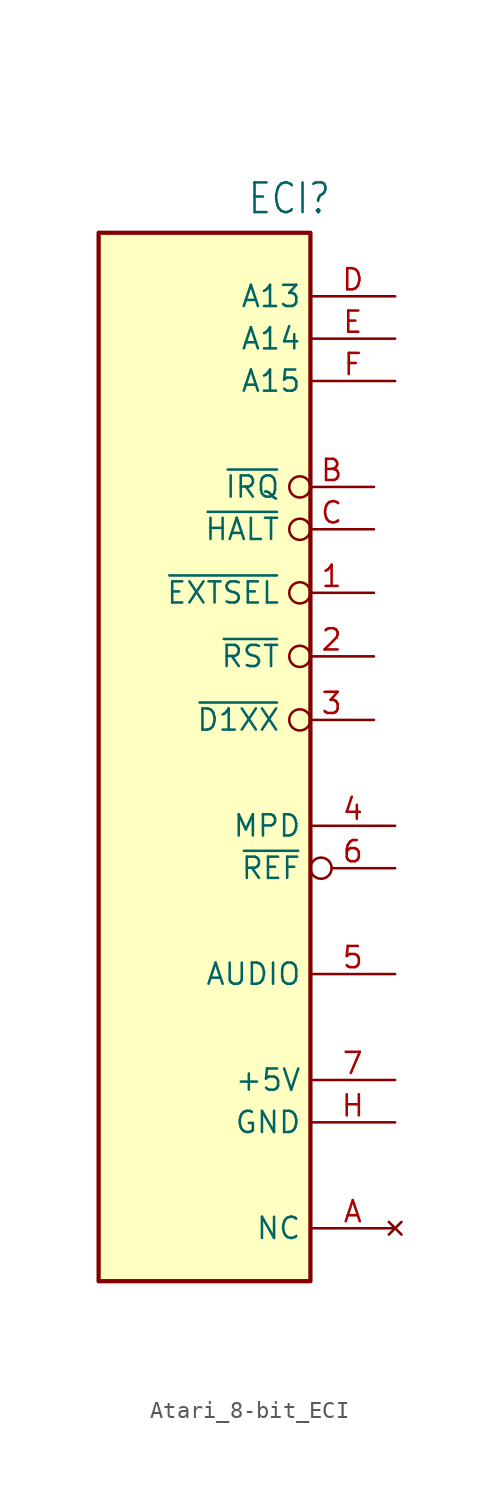
<source format=kicad_sym>
(kicad_symbol_lib
  (version 20231120)
  (generator "kicad_symbol_editor")
  (generator_version "8.0")
  (symbol "Atari_8-bit_ECI"
    (property "Reference" "ECI"
      (at 2.54 35.306 0)
      (effects (font (size 1.778 1.511)) (justify left bottom)))
    (property "Value" ""
      (at -3.81 0 90)
      (effects (font (size 1.778 1.511)) (justify left bottom)))
    (symbol "Atari_8-bit_ECI_0_1"
      (rectangle (start -6.35 34.29) (end 6.35 -28.575) (stroke (width 0.254) (type default)) (fill (type background))))
    (symbol "Atari_8-bit_ECI_1_0"
      (pin output inverted (at 10.16 12.7 180) (length 5.08) (name "~{EXTSEL}" (effects (font (size 1.27 1.27)))) (number "1" (effects (font (size 1.27 1.27)))))
      (pin bidirectional inverted (at 10.16 8.89 180) (length 5.08) (name "~{RST}" (effects (font (size 1.27 1.27)))) (number "2" (effects (font (size 1.27 1.27)))))
      (pin output inverted (at 10.16 5.08 180) (length 5.08) (name "~{D1XX}" (effects (font (size 1.27 1.27)))) (number "3" (effects (font (size 1.27 1.27)))))
      (pin bidirectional line (at 11.43 -1.27 180) (length 5.08) (name "MPD" (effects (font (size 1.27 1.27)))) (number "4" (effects (font (size 1.27 1.27)))))
      (pin output line (at 11.43 -10.16 180) (length 5.08) (name "AUDIO" (effects (font (size 1.27 1.27)))) (number "5" (effects (font (size 1.27 1.27)))))
      (pin input inverted (at 11.43 -3.81 180) (length 5.08) (name "~{REF}" (effects (font (size 1.27 1.27)))) (number "6" (effects (font (size 1.27 1.27)))))
      (pin power_in line (at 11.43 -16.51 180) (length 5.08) (name "+5V" (effects (font (size 1.27 1.27)))) (number "7" (effects (font (size 1.27 1.27)))))
      (pin no_connect line (at 11.43 -25.4 180) (length 5.08) (name "NC" (effects (font (size 1.27 1.27)))) (number "A" (effects (font (size 1.27 1.27)))))
      (pin input inverted (at 10.16 19.05 180) (length 5.08) (name "~{IRQ}" (effects (font (size 1.27 1.27)))) (number "B" (effects (font (size 1.27 1.27)))))
      (pin input inverted (at 10.16 16.51 180) (length 5.08) (name "~{HALT}" (effects (font (size 1.27 1.27)))) (number "C" (effects (font (size 1.27 1.27)))))
      (pin input line (at 11.43 30.48 180) (length 5.08) (name "A13" (effects (font (size 1.27 1.27)))) (number "D" (effects (font (size 1.27 1.27)))))
      (pin input line (at 11.43 27.94 180) (length 5.08) (name "A14" (effects (font (size 1.27 1.27)))) (number "E" (effects (font (size 1.27 1.27)))))
      (pin input line (at 11.43 25.4 180) (length 5.08) (name "A15" (effects (font (size 1.27 1.27)))) (number "F" (effects (font (size 1.27 1.27)))))
      (pin power_in line (at 11.43 -19.05 180) (length 5.08) (name "GND" (effects (font (size 1.27 1.27)))) (number "H" (effects (font (size 1.27 1.27))))))))
</source>
